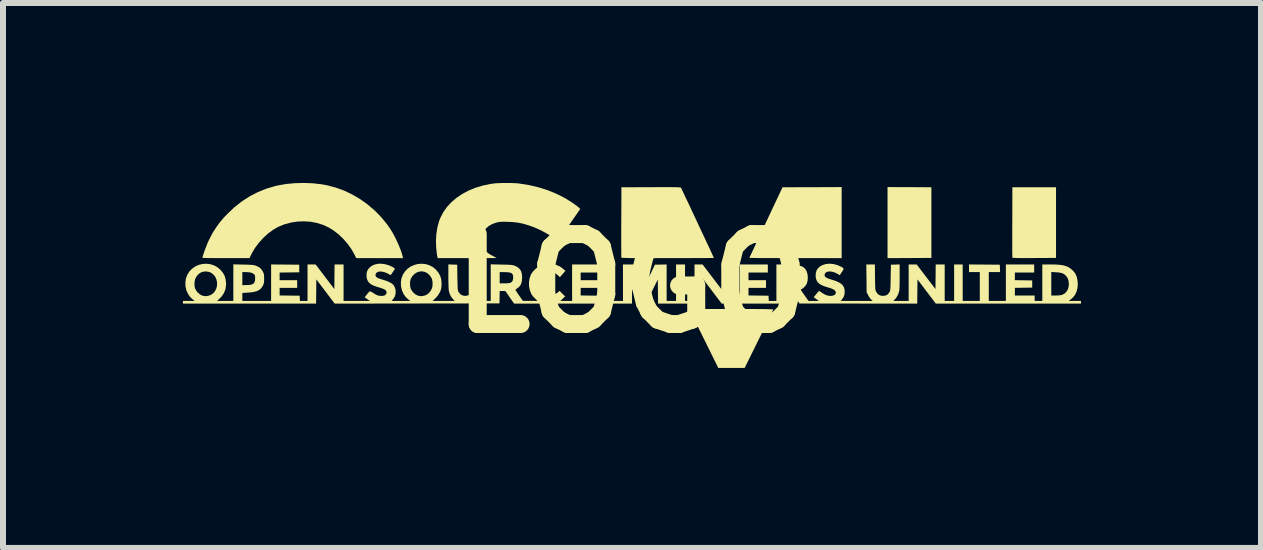
<source format=kicad_pcb>
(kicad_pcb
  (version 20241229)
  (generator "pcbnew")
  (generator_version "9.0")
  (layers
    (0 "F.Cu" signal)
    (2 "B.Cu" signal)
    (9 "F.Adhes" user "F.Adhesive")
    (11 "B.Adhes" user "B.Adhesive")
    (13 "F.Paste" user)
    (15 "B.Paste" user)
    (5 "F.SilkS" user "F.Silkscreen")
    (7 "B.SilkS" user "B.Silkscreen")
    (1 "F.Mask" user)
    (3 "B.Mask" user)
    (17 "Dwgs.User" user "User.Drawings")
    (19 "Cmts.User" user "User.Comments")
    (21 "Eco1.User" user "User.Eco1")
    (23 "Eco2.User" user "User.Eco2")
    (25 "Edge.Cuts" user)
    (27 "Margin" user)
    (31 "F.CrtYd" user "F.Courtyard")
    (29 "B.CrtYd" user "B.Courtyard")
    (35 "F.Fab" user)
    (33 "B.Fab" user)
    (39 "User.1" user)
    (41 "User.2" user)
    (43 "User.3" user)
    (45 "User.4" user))
  (footprint "LOGO"
    (layer "F.Cu")
    (at 7.486 1.674)
    (property "Reference" "LOGO" (at 0 0 0) (layer "F.SilkS") (effects (font (size 1.5 1.5) (thickness 0.3))))
    (attr board_only exclude_from_pos_files exclude_from_bom)
    (fp_poly (pts (xy 4.627 -1.604) (xy 4.992 -1.602) (xy 4.992 -1.013) (xy 4.992 -0.424) (xy 4.627 -0.422) (xy 4.261 -0.42) (xy 4.261 -1.013) (xy 4.261 -1.605)) (stroke (width 0) (type solid)) (fill yes) (layer "F.SilkS"))
    (fp_poly (pts (xy 7.07 -1.013) (xy 7.07 -0.424) (xy 6.708 -0.422) (xy 6.621 -0.421) (xy 6.549 -0.421) (xy 6.489 -0.421) (xy 6.441 -0.422) (xy 6.404 -0.423) (xy 6.377 -0.424) (xy 6.358 -0.425) (xy 6.347 -0.427) (xy 6.342 -0.429) (xy 6.342 -0.429) (xy 6.342 -0.438) (xy 6.341 -0.461) (xy 6.341 -0.496) (xy 6.34 -0.543) (xy 6.34 -0.6) (xy 6.34 -0.667) (xy 6.34 -0.741) (xy 6.34 -0.822) (xy 6.34 -0.909) (xy 6.34 -1.001) (xy 6.341 -1.02) (xy 6.342 -1.602) (xy 6.706 -1.602) (xy 7.07 -1.602)) (stroke (width 0) (type solid)) (fill yes) (layer "F.SilkS"))
    (fp_poly (pts (xy 3.496 -1.013) (xy 3.496 -0.42) (xy 2.727 -0.42) (xy 2.621 -0.42) (xy 2.519 -0.42) (xy 2.423 -0.421) (xy 2.333 -0.421) (xy 2.25 -0.421) (xy 2.175 -0.422) (xy 2.11 -0.422) (xy 2.055 -0.423) (xy 2.012 -0.424) (xy 1.98 -0.424) (xy 1.962 -0.425) (xy 1.958 -0.426) (xy 1.961 -0.433) (xy 1.97 -0.453) (xy 1.985 -0.485) (xy 2.005 -0.527) (xy 2.029 -0.579) (xy 2.057 -0.639) (xy 2.089 -0.707) (xy 2.124 -0.782) (xy 2.162 -0.862) (xy 2.202 -0.947) (xy 2.234 -1.016) (xy 2.51 -1.602) (xy 3.003 -1.603) (xy 3.496 -1.605)) (stroke (width 0) (type solid)) (fill yes) (layer "F.SilkS"))
    (fp_poly (pts (xy 1.781 0.428) (xy 1.89 0.428) (xy 1.986 0.428) (xy 2.069 0.428) (xy 2.139 0.429) (xy 2.199 0.429) (xy 2.247 0.43) (xy 2.286 0.431) (xy 2.315 0.432) (xy 2.336 0.433) (xy 2.349 0.434) (xy 2.355 0.436) (xy 2.355 0.437) (xy 2.352 0.445) (xy 2.343 0.465) (xy 2.328 0.497) (xy 2.308 0.539) (xy 2.283 0.59) (xy 2.254 0.649) (xy 2.222 0.714) (xy 2.187 0.786) (xy 2.15 0.862) (xy 2.117 0.928) (xy 1.879 1.41) (xy 1.659 1.41) (xy 1.439 1.41) (xy 1.214 0.955) (xy 1.165 0.856) (xy 1.123 0.771) (xy 1.087 0.697) (xy 1.056 0.634) (xy 1.03 0.582) (xy 1.009 0.539) (xy 0.993 0.504) (xy 0.98 0.477) (xy 0.971 0.457) (xy 0.965 0.443) (xy 0.961 0.435) (xy 0.96 0.431) (xy 0.968 0.43) (xy 0.989 0.43) (xy 1.023 0.429) (xy 1.069 0.429) (xy 1.126 0.429) (xy 1.193 0.428) (xy 1.268 0.428) (xy 1.351 0.428) (xy 1.441 0.428) (xy 1.537 0.428) (xy 1.637 0.428) (xy 1.658 0.428)) (stroke (width 0) (type solid)) (fill yes) (layer "F.SilkS"))
    (fp_poly (pts (xy 0.581 -1.604) (xy 0.644 -1.604) (xy 0.695 -1.603) (xy 0.736 -1.603) (xy 0.767 -1.602) (xy 0.79 -1.6) (xy 0.805 -1.599) (xy 0.814 -1.597) (xy 0.816 -1.596) (xy 0.82 -1.588) (xy 0.83 -1.568) (xy 0.845 -1.536) (xy 0.865 -1.495) (xy 0.888 -1.445) (xy 0.916 -1.387) (xy 0.946 -1.324) (xy 0.978 -1.255) (xy 1.012 -1.182) (xy 1.048 -1.106) (xy 1.084 -1.029) (xy 1.12 -0.952) (xy 1.156 -0.875) (xy 1.191 -0.801) (xy 1.224 -0.73) (xy 1.255 -0.664) (xy 1.284 -0.603) (xy 1.309 -0.549) (xy 1.33 -0.503) (xy 1.346 -0.467) (xy 1.358 -0.441) (xy 1.364 -0.427) (xy 1.365 -0.425) (xy 1.358 -0.424) (xy 1.337 -0.423) (xy 1.302 -0.423) (xy 1.256 -0.422) (xy 1.198 -0.422) (xy 1.131 -0.421) (xy 1.054 -0.421) (xy 0.97 -0.421) (xy 0.878 -0.42) (xy 0.78 -0.42) (xy 0.678 -0.42) (xy 0.596 -0.42) (xy 0.467 -0.42) (xy 0.352 -0.42) (xy 0.251 -0.42) (xy 0.162 -0.421) (xy 0.086 -0.421) (xy 0.021 -0.422) (xy -0.033 -0.422) (xy -0.078 -0.423) (xy -0.113 -0.424) (xy -0.14 -0.425) (xy -0.159 -0.426) (xy -0.17 -0.427) (xy -0.176 -0.429) (xy -0.177 -0.429) (xy -0.177 -0.438) (xy -0.178 -0.461) (xy -0.178 -0.496) (xy -0.178 -0.543) (xy -0.179 -0.6) (xy -0.179 -0.667) (xy -0.179 -0.741) (xy -0.179 -0.822) (xy -0.179 -0.909) (xy -0.178 -1.001) (xy -0.178 -1.02) (xy -0.176 -1.602) (xy 0.316 -1.603) (xy 0.418 -1.604) (xy 0.506 -1.604)) (stroke (width 0) (type solid)) (fill yes) (layer "F.SilkS"))
    (fp_poly (pts (xy -5.318 -1.668) (xy -5.17 -1.651) (xy -5.082 -1.635) (xy -4.939 -1.597) (xy -4.798 -1.546) (xy -4.662 -1.481) (xy -4.531 -1.404) (xy -4.407 -1.315) (xy -4.291 -1.216) (xy -4.183 -1.107) (xy -4.086 -0.988) (xy -4.034 -0.915) (xy -3.997 -0.855) (xy -3.96 -0.788) (xy -3.924 -0.716) (xy -3.891 -0.643) (xy -3.862 -0.572) (xy -3.839 -0.507) (xy -3.823 -0.45) (xy -3.822 -0.444) (xy -3.817 -0.42) (xy -4.207 -0.42) (xy -4.597 -0.42) (xy -4.624 -0.476) (xy -4.676 -0.568) (xy -4.74 -0.658) (xy -4.813 -0.742) (xy -4.894 -0.819) (xy -4.98 -0.885) (xy -5.051 -0.929) (xy -5.147 -0.974) (xy -5.249 -1.006) (xy -5.357 -1.027) (xy -5.467 -1.034) (xy -5.578 -1.03) (xy -5.688 -1.013) (xy -5.795 -0.984) (xy -5.897 -0.942) (xy -5.901 -0.94) (xy -5.984 -0.892) (xy -6.067 -0.831) (xy -6.145 -0.759) (xy -6.218 -0.679) (xy -6.282 -0.594) (xy -6.336 -0.504) (xy -6.351 -0.474) (xy -6.377 -0.42) (xy -6.766 -0.42) (xy -6.841 -0.42) (xy -6.912 -0.42) (xy -6.976 -0.421) (xy -7.033 -0.422) (xy -7.081 -0.422) (xy -7.119 -0.423) (xy -7.145 -0.424) (xy -7.158 -0.425) (xy -7.159 -0.426) (xy -7.159 -0.437) (xy -7.154 -0.459) (xy -7.144 -0.49) (xy -7.131 -0.528) (xy -7.116 -0.57) (xy -7.098 -0.614) (xy -7.081 -0.658) (xy -7.063 -0.7) (xy -7.046 -0.736) (xy -7.044 -0.739) (xy -6.991 -0.841) (xy -6.933 -0.932) (xy -6.87 -1.019) (xy -6.797 -1.104) (xy -6.745 -1.158) (xy -6.627 -1.27) (xy -6.503 -1.367) (xy -6.373 -1.451) (xy -6.238 -1.521) (xy -6.097 -1.578) (xy -5.948 -1.622) (xy -5.911 -1.631) (xy -5.77 -1.656) (xy -5.621 -1.67) (xy -5.47 -1.674)) (stroke (width 0) (type solid)) (fill yes) (layer "F.SilkS"))
    (fp_poly (pts (xy -2.032 -1.673) (xy -1.975 -1.671) (xy -1.925 -1.669) (xy -1.885 -1.665) (xy -1.885 -1.665) (xy -1.719 -1.639) (xy -1.557 -1.601) (xy -1.403 -1.552) (xy -1.256 -1.492) (xy -1.118 -1.422) (xy -0.99 -1.342) (xy -0.986 -1.339) (xy -0.955 -1.317) (xy -0.925 -1.295) (xy -0.901 -1.276) (xy -0.89 -1.267) (xy -0.862 -1.241) (xy -1.047 -0.974) (xy -1.233 -0.707) (xy -1.293 -0.75) (xy -1.399 -0.819) (xy -1.511 -0.88) (xy -1.624 -0.932) (xy -1.719 -0.966) (xy -1.794 -0.989) (xy -1.863 -1.005) (xy -1.931 -1.016) (xy -2.005 -1.023) (xy -2.067 -1.025) (xy -2.116 -1.027) (xy -2.153 -1.027) (xy -2.182 -1.026) (xy -2.206 -1.024) (xy -2.229 -1.02) (xy -2.254 -1.015) (xy -2.257 -1.014) (xy -2.327 -0.99) (xy -2.387 -0.956) (xy -2.435 -0.914) (xy -2.472 -0.863) (xy -2.496 -0.805) (xy -2.505 -0.764) (xy -2.507 -0.698) (xy -2.497 -0.638) (xy -2.473 -0.583) (xy -2.435 -0.535) (xy -2.383 -0.492) (xy -2.32 -0.457) (xy -2.293 -0.443) (xy -2.272 -0.432) (xy -2.26 -0.425) (xy -2.258 -0.423) (xy -2.265 -0.423) (xy -2.286 -0.422) (xy -2.32 -0.422) (xy -2.365 -0.421) (xy -2.42 -0.421) (xy -2.483 -0.421) (xy -2.555 -0.42) (xy -2.632 -0.42) (xy -2.715 -0.42) (xy -2.749 -0.42) (xy -3.239 -0.42) (xy -3.247 -0.457) (xy -3.251 -0.478) (xy -3.255 -0.51) (xy -3.259 -0.549) (xy -3.263 -0.59) (xy -3.264 -0.596) (xy -3.268 -0.712) (xy -3.261 -0.825) (xy -3.244 -0.934) (xy -3.216 -1.036) (xy -3.193 -1.095) (xy -3.145 -1.187) (xy -3.084 -1.274) (xy -3.01 -1.353) (xy -2.926 -1.425) (xy -2.831 -1.489) (xy -2.727 -1.545) (xy -2.614 -1.592) (xy -2.493 -1.629) (xy -2.365 -1.656) (xy -2.301 -1.665) (xy -2.262 -1.669) (xy -2.212 -1.671) (xy -2.155 -1.673) (xy -2.093 -1.673)) (stroke (width 0) (type solid)) (fill yes) (layer "F.SilkS"))
    (fp_poly (pts (xy 3.365 -0.321) (xy 3.433 -0.302) (xy 3.472 -0.284) (xy 3.503 -0.268) (xy 3.521 -0.256) (xy 3.527 -0.243) (xy 3.523 -0.226) (xy 3.509 -0.203) (xy 3.499 -0.188) (xy 3.464 -0.136) (xy 3.434 -0.155) (xy 3.392 -0.177) (xy 3.349 -0.191) (xy 3.309 -0.198) (xy 3.273 -0.197) (xy 3.243 -0.188) (xy 3.222 -0.171) (xy 3.212 -0.148) (xy 3.211 -0.137) (xy 3.215 -0.119) (xy 3.229 -0.103) (xy 3.253 -0.089) (xy 3.29 -0.074) (xy 3.335 -0.06) (xy 3.4 -0.039) (xy 3.452 -0.015) (xy 3.491 0.01) (xy 3.519 0.04) (xy 3.537 0.075) (xy 3.546 0.115) (xy 3.546 0.119) (xy 3.545 0.175) (xy 3.531 0.223) (xy 3.505 0.263) (xy 3.505 0.264) (xy 3.479 0.293) (xy 3.746 0.293) (xy 4.014 0.293) (xy 3.987 0.269) (xy 3.971 0.251) (xy 3.952 0.224) (xy 3.937 0.196) (xy 3.912 0.147) (xy 3.91 -0.084) (xy 3.907 -0.315) (xy 3.979 -0.315) (xy 4.05 -0.315) (xy 4.052 -0.103) (xy 4.053 -0.041) (xy 4.054 0.008) (xy 4.055 0.045) (xy 4.056 0.073) (xy 4.057 0.094) (xy 4.06 0.109) (xy 4.063 0.121) (xy 4.067 0.131) (xy 4.073 0.141) (xy 4.073 0.142) (xy 4.096 0.175) (xy 4.122 0.195) (xy 4.155 0.206) (xy 4.176 0.208) (xy 4.219 0.206) (xy 4.253 0.192) (xy 4.28 0.166) (xy 4.291 0.149) (xy 4.296 0.139) (xy 4.301 0.13) (xy 4.304 0.118) (xy 4.307 0.103) (xy 4.308 0.083) (xy 4.31 0.055) (xy 4.311 0.019) (xy 4.312 -0.029) (xy 4.313 -0.09) (xy 4.313 -0.098) (xy 4.317 -0.311) (xy 4.39 -0.313) (xy 4.463 -0.316) (xy 4.463 -0.113) (xy 4.463 -0.049) (xy 4.462 0.009) (xy 4.461 0.058) (xy 4.459 0.096) (xy 4.456 0.122) (xy 4.455 0.129) (xy 4.438 0.183) (xy 4.411 0.233) (xy 4.384 0.266) (xy 4.358 0.293) (xy 4.486 0.293) (xy 4.613 0.293) (xy 4.613 -0.011) (xy 4.613 -0.315) (xy 4.68 -0.315) (xy 4.747 -0.315) (xy 4.903 -0.11) (xy 5.06 0.095) (xy 5.062 -0.11) (xy 5.064 -0.315) (xy 5.139 -0.315) (xy 5.214 -0.315) (xy 5.214 -0.011) (xy 5.214 0.293) (xy 5.292 0.293) (xy 5.371 0.293) (xy 5.371 -0.011) (xy 5.371 -0.315) (xy 5.442 -0.315) (xy 5.514 -0.315) (xy 5.514 -0.011) (xy 5.514 0.293) (xy 5.656 0.293) (xy 5.799 0.293) (xy 5.799 0.053) (xy 5.799 -0.188) (xy 5.709 -0.188) (xy 5.619 -0.188) (xy 5.619 -0.251) (xy 5.619 -0.315) (xy 5.876 -0.313) (xy 6.132 -0.311) (xy 6.135 -0.249) (xy 6.137 -0.188) (xy 6.043 -0.188) (xy 5.949 -0.188) (xy 5.949 0.053) (xy 5.949 0.293) (xy 6.091 0.293) (xy 6.234 0.293) (xy 6.234 -0.011) (xy 6.234 -0.315) (xy 6.47 -0.315) (xy 6.706 -0.315) (xy 6.706 -0.248) (xy 6.706 -0.18) (xy 6.545 -0.18) (xy 6.384 -0.18) (xy 6.384 -0.116) (xy 6.384 -0.053) (xy 6.528 -0.051) (xy 6.673 -0.049) (xy 6.673 0.011) (xy 6.673 0.071) (xy 6.528 0.073) (xy 6.384 0.075) (xy 6.384 0.139) (xy 6.384 0.203) (xy 6.549 0.203) (xy 6.714 0.203) (xy 6.714 0.248) (xy 6.714 0.293) (xy 6.778 0.293) (xy 6.841 0.293) (xy 6.841 -0.011) (xy 6.841 -0.19) (xy 6.991 -0.19) (xy 6.991 0.006) (xy 6.991 0.203) (xy 7.065 0.203) (xy 7.115 0.201) (xy 7.154 0.196) (xy 7.172 0.191) (xy 7.214 0.169) (xy 7.247 0.135) (xy 7.27 0.092) (xy 7.282 0.041) (xy 7.284 0.011) (xy 7.278 -0.045) (xy 7.261 -0.092) (xy 7.232 -0.13) (xy 7.228 -0.134) (xy 7.206 -0.152) (xy 7.182 -0.165) (xy 7.155 -0.174) (xy 7.119 -0.181) (xy 7.073 -0.185) (xy 7.065 -0.185) (xy 6.991 -0.19) (xy 6.841 -0.19) (xy 6.841 -0.315) (xy 6.978 -0.315) (xy 7.052 -0.314) (xy 7.113 -0.311) (xy 7.163 -0.305) (xy 7.206 -0.297) (xy 7.242 -0.285) (xy 7.273 -0.272) (xy 7.313 -0.246) (xy 7.351 -0.213) (xy 7.382 -0.177) (xy 7.39 -0.165) (xy 7.411 -0.12) (xy 7.425 -0.067) (xy 7.432 -0.008) (xy 7.431 0.05) (xy 7.427 0.077) (xy 7.411 0.141) (xy 7.386 0.193) (xy 7.35 0.238) (xy 7.311 0.271) (xy 7.282 0.293) (xy 7.384 0.293) (xy 7.486 0.293) (xy 7.486 0.315) (xy 7.486 0.338) (xy 6.276 0.338) (xy 5.066 0.338) (xy 4.913 0.136) (xy 4.76 -0.066) (xy 4.758 0.136) (xy 4.756 0.338) (xy 3.775 0.337) (xy 2.794 0.337) (xy 2.723 0.234) (xy 2.651 0.131) (xy 2.601 0.129) (xy 2.551 0.127) (xy 2.551 0.232) (xy 2.551 0.338) (xy 2.023 0.338) (xy 1.496 0.338) (xy 1.342 0.135) (xy 1.189 -0.067) (xy 1.187 0.135) (xy 1.185 0.338) (xy 0.81 0.338) (xy 0.435 0.338) (xy 0.433 0.137) (xy 0.431 -0.064) (xy 0.345 0.109) (xy 0.259 0.281) (xy 0.215 0.284) (xy 0.172 0.286) (xy 0.087 0.111) (xy 0.001 -0.064) (xy 0.001 0.137) (xy 0 0.338) (xy -0.982 0.338) (xy -1.965 0.338) (xy -2.038 0.233) (xy -2.111 0.128) (xy -2.158 0.128) (xy -2.205 0.128) (xy -2.207 0.231) (xy -2.209 0.334) (xy -3.582 0.336) (xy -4.956 0.338) (xy -5.109 0.136) (xy -5.262 -0.066) (xy -5.264 0.136) (xy -5.266 0.338) (xy -6.376 0.338) (xy -7.486 0.338) (xy -7.486 0.315) (xy -7.486 0.293) (xy -7.388 0.293) (xy -7.289 0.293) (xy -7.319 0.271) (xy -7.365 0.229) (xy -7.401 0.177) (xy -7.428 0.118) (xy -7.443 0.055) (xy -7.445 0.008) (xy -7.294 0.008) (xy -7.291 0.053) (xy -7.282 0.09) (xy -7.263 0.123) (xy -7.242 0.15) (xy -7.201 0.186) (xy -7.156 0.207) (xy -7.107 0.214) (xy -7.057 0.206) (xy -7.023 0.194) (xy -6.983 0.167) (xy -6.952 0.131) (xy -6.93 0.087) (xy -6.918 0.039) (xy -6.917 -0.011) (xy -6.926 -0.061) (xy -6.947 -0.107) (xy -6.966 -0.134) (xy -7.003 -0.168) (xy -7.043 -0.189) (xy -7.09 -0.198) (xy -7.104 -0.198) (xy -7.152 -0.194) (xy -7.193 -0.178) (xy -7.23 -0.15) (xy -7.236 -0.144) (xy -7.267 -0.104) (xy -7.286 -0.06) (xy -7.294 -0.009) (xy -7.294 0.008) (xy -7.445 0.008) (xy -7.446 -0.01) (xy -7.438 -0.075) (xy -7.416 -0.137) (xy -7.414 -0.141) (xy -7.379 -0.198) (xy -7.334 -0.244) (xy -7.282 -0.281) (xy -7.223 -0.308) (xy -7.161 -0.323) (xy -7.097 -0.327) (xy -7.033 -0.32) (xy -6.971 -0.301) (xy -6.914 -0.271) (xy -6.864 -0.229) (xy -6.82 -0.177) (xy -6.79 -0.122) (xy -6.773 -0.061) (xy -6.767 0.008) (xy -6.768 0.036) (xy -6.779 0.104) (xy -6.804 0.164) (xy -6.842 0.22) (xy -6.872 0.251) (xy -6.917 0.293) (xy -6.782 0.293) (xy -6.646 0.293) (xy -6.646 -0.012) (xy -6.646 -0.188) (xy -6.496 -0.188) (xy -6.496 -0.079) (xy -6.496 0.03) (xy -6.434 0.029) (xy -6.401 0.028) (xy -6.369 0.025) (xy -6.346 0.021) (xy -6.343 0.02) (xy -6.314 0.007) (xy -6.295 -0.014) (xy -6.285 -0.045) (xy -6.282 -0.082) (xy -6.283 -0.112) (xy -6.287 -0.131) (xy -6.293 -0.145) (xy -6.3 -0.152) (xy -6.326 -0.17) (xy -6.364 -0.182) (xy -6.416 -0.187) (xy -6.44 -0.188) (xy -6.496 -0.188) (xy -6.646 -0.188) (xy -6.646 -0.317) (xy -6.479 -0.313) (xy -6.421 -0.312) (xy -6.376 -0.31) (xy -6.341 -0.308) (xy -6.315 -0.305) (xy -6.295 -0.302) (xy -6.278 -0.297) (xy -6.275 -0.296) (xy -6.226 -0.274) (xy -6.189 -0.246) (xy -6.161 -0.211) (xy -6.154 -0.197) (xy -6.144 -0.175) (xy -6.137 -0.155) (xy -6.134 -0.134) (xy -6.133 -0.105) (xy -6.132 -0.079) (xy -6.133 -0.043) (xy -6.135 -0.016) (xy -6.139 0.004) (xy -6.146 0.024) (xy -6.154 0.04) (xy -6.177 0.076) (xy -6.206 0.104) (xy -6.245 0.126) (xy -6.294 0.141) (xy -6.354 0.151) (xy -6.408 0.155) (xy -6.496 0.16) (xy -6.496 0.226) (xy -6.496 0.293) (xy -6.256 0.293) (xy -6.016 0.293) (xy -6.016 -0.011) (xy -6.016 -0.315) (xy -5.782 -0.313) (xy -5.547 -0.311) (xy -5.547 -0.248) (xy -5.547 -0.184) (xy -5.71 -0.182) (xy -5.874 -0.18) (xy -5.874 -0.116) (xy -5.874 -0.053) (xy -5.727 -0.053) (xy -5.581 -0.053) (xy -5.581 0.011) (xy -5.581 0.075) (xy -5.727 0.075) (xy -5.874 0.075) (xy -5.874 0.139) (xy -5.874 0.202) (xy -5.707 0.204) (xy -5.54 0.206) (xy -5.538 0.249) (xy -5.535 0.293) (xy -5.472 0.293) (xy -5.409 0.293) (xy -5.409 -0.011) (xy -5.409 -0.315) (xy -5.341 -0.315) (xy -5.274 -0.315) (xy -5.118 -0.11) (xy -4.962 0.095) (xy -4.96 -0.11) (xy -4.958 -0.315) (xy -4.883 -0.315) (xy -4.808 -0.315) (xy -4.808 -0.011) (xy -4.808 0.293) (xy -4.59 0.293) (xy -4.371 0.293) (xy -4.414 0.262) (xy -4.456 0.232) (xy -4.421 0.187) (xy -4.399 0.159) (xy -4.383 0.142) (xy -4.37 0.134) (xy -4.357 0.135) (xy -4.339 0.144) (xy -4.315 0.159) (xy -4.288 0.177) (xy -4.261 0.191) (xy -4.241 0.201) (xy -4.239 0.201) (xy -4.207 0.208) (xy -4.171 0.21) (xy -4.138 0.206) (xy -4.119 0.199) (xy -4.099 0.181) (xy -4.09 0.157) (xy -4.095 0.132) (xy -4.101 0.121) (xy -4.11 0.112) (xy -4.121 0.104) (xy -4.138 0.095) (xy -4.163 0.086) (xy -4.197 0.074) (xy -4.244 0.06) (xy -4.254 0.057) (xy -4.313 0.036) (xy -4.358 0.011) (xy -4.39 -0.019) (xy -4.412 -0.055) (xy -4.423 -0.098) (xy -4.425 -0.116) (xy -4.424 -0.165) (xy -4.415 -0.205) (xy -4.395 -0.24) (xy -4.374 -0.263) (xy -4.335 -0.294) (xy -4.29 -0.314) (xy -4.235 -0.326) (xy -4.22 -0.327) (xy -4.173 -0.327) (xy -4.121 -0.32) (xy -4.068 -0.306) (xy -4.02 -0.287) (xy -3.98 -0.266) (xy -3.969 -0.258) (xy -3.951 -0.243) (xy -3.986 -0.19) (xy -4.022 -0.137) (xy -4.069 -0.162) (xy -4.115 -0.183) (xy -4.158 -0.194) (xy -4.198 -0.198) (xy -4.231 -0.193) (xy -4.256 -0.18) (xy -4.272 -0.16) (xy -4.276 -0.138) (xy -4.273 -0.122) (xy -4.264 -0.108) (xy -4.247 -0.095) (xy -4.22 -0.082) (xy -4.181 -0.069) (xy -4.155 -0.061) (xy -4.095 -0.042) (xy -4.049 -0.023) (xy -4.014 -0.004) (xy -3.988 0.016) (xy -3.973 0.032) (xy -3.95 0.075) (xy -3.939 0.123) (xy -3.941 0.173) (xy -3.954 0.22) (xy -3.98 0.261) (xy -3.981 0.262) (xy -4.007 0.293) (xy -3.851 0.293) (xy -3.696 0.293) (xy -3.726 0.271) (xy -3.771 0.229) (xy -3.808 0.177) (xy -3.834 0.119) (xy -3.849 0.056) (xy -3.852 0.008) (xy -3.7 0.008) (xy -3.697 0.055) (xy -3.687 0.093) (xy -3.667 0.127) (xy -3.648 0.151) (xy -3.607 0.186) (xy -3.562 0.207) (xy -3.513 0.214) (xy -3.463 0.206) (xy -3.43 0.194) (xy -3.394 0.169) (xy -3.362 0.134) (xy -3.339 0.093) (xy -3.334 0.08) (xy -3.326 0.046) (xy -3.324 0.005) (xy -3.327 -0.036) (xy -3.334 -0.071) (xy -3.341 -0.088) (xy -3.372 -0.134) (xy -3.409 -0.168) (xy -3.452 -0.19) (xy -3.497 -0.2) (xy -3.544 -0.197) (xy -3.589 -0.181) (xy -3.63 -0.153) (xy -3.665 -0.115) (xy -3.688 -0.074) (xy -3.699 -0.028) (xy -3.7 0.008) (xy -3.852 0.008) (xy -3.853 -0.009) (xy -3.845 -0.073) (xy -3.824 -0.135) (xy -3.821 -0.141) (xy -3.786 -0.197) (xy -3.741 -0.244) (xy -3.688 -0.281) (xy -3.63 -0.307) (xy -3.568 -0.323) (xy -3.504 -0.327) (xy -3.44 -0.321) (xy -3.378 -0.302) (xy -3.32 -0.272) (xy -3.272 -0.232) (xy -3.229 -0.181) (xy -3.199 -0.129) (xy -3.181 -0.073) (xy -3.174 -0.009) (xy -3.175 0.028) (xy -3.177 0.064) (xy -3.182 0.092) (xy -3.189 0.116) (xy -3.201 0.144) (xy -3.206 0.153) (xy -3.236 0.203) (xy -3.274 0.246) (xy -3.279 0.251) (xy -3.324 0.293) (xy -3.14 0.293) (xy -2.955 0.293) (xy -2.982 0.266) (xy -3.014 0.225) (xy -3.039 0.175) (xy -3.052 0.129) (xy -3.055 0.109) (xy -3.057 0.075) (xy -3.059 0.03) (xy -3.06 -0.024) (xy -3.061 -0.086) (xy -3.061 -0.113) (xy -3.061 -0.316) (xy -2.987 -0.313) (xy -2.914 -0.311) (xy -2.911 -0.098) (xy -2.909 -0.035) (xy -2.908 0.014) (xy -2.907 0.052) (xy -2.906 0.081) (xy -2.904 0.102) (xy -2.901 0.117) (xy -2.898 0.128) (xy -2.894 0.138) (xy -2.889 0.147) (xy -2.862 0.181) (xy -2.828 0.201) (xy -2.786 0.209) (xy -2.771 0.208) (xy -2.733 0.201) (xy -2.705 0.185) (xy -2.681 0.158) (xy -2.671 0.138) (xy -2.665 0.127) (xy -2.661 0.116) (xy -2.657 0.104) (xy -2.655 0.088) (xy -2.653 0.067) (xy -2.652 0.039) (xy -2.651 0.001) (xy -2.65 -0.047) (xy -2.649 -0.107) (xy -2.647 -0.315) (xy -2.576 -0.315) (xy -2.505 -0.315) (xy -2.507 -0.084) (xy -2.509 0.147) (xy -2.534 0.196) (xy -2.55 0.225) (xy -2.569 0.252) (xy -2.585 0.269) (xy -2.611 0.293) (xy -2.483 0.293) (xy -2.355 0.293) (xy -2.355 -0.012) (xy -2.355 -0.188) (xy -2.205 -0.188) (xy -2.205 -0.094) (xy -2.205 0) (xy -2.126 0) (xy -2.081 -0.001) (xy -2.048 -0.004) (xy -2.026 -0.01) (xy -2.022 -0.012) (xy -2 -0.027) (xy -1.987 -0.05) (xy -1.981 -0.083) (xy -1.98 -0.1) (xy -1.983 -0.13) (xy -1.991 -0.153) (xy -2.007 -0.169) (xy -2.032 -0.179) (xy -2.068 -0.185) (xy -2.117 -0.187) (xy -2.132 -0.187) (xy -2.205 -0.188) (xy -2.355 -0.188) (xy -2.355 -0.317) (xy -2.177 -0.313) (xy -2.119 -0.312) (xy -2.074 -0.311) (xy -2.04 -0.309) (xy -2.013 -0.307) (xy -1.993 -0.304) (xy -1.976 -0.301) (xy -1.96 -0.296) (xy -1.954 -0.294) (xy -1.908 -0.271) (xy -1.873 -0.241) (xy -1.848 -0.203) (xy -1.835 -0.155) (xy -1.831 -0.096) (xy -1.832 -0.084) (xy -1.837 -0.029) (xy -1.85 0.014) (xy -1.872 0.049) (xy -1.903 0.076) (xy -1.907 0.079) (xy -1.926 0.092) (xy -1.939 0.103) (xy -1.942 0.108) (xy -1.939 0.116) (xy -1.927 0.134) (xy -1.911 0.159) (xy -1.89 0.19) (xy -1.881 0.203) (xy -1.819 0.292) (xy -1.697 0.292) (xy -1.575 0.293) (xy -1.619 0.249) (xy -1.642 0.225) (xy -1.663 0.199) (xy -1.677 0.179) (xy -1.678 0.176) (xy -1.703 0.113) (xy -1.716 0.047) (xy -1.717 -0.021) (xy -1.706 -0.086) (xy -1.684 -0.147) (xy -1.67 -0.171) (xy -1.646 -0.202) (xy -1.614 -0.235) (xy -1.578 -0.265) (xy -1.543 -0.289) (xy -1.528 -0.297) (xy -1.464 -0.318) (xy -1.396 -0.327) (xy -1.328 -0.324) (xy -1.262 -0.308) (xy -1.201 -0.281) (xy -1.148 -0.243) (xy -1.145 -0.24) (xy -1.11 -0.208) (xy -1.13 -0.185) (xy -1.147 -0.164) (xy -1.168 -0.141) (xy -1.176 -0.132) (xy -1.202 -0.103) (xy -1.229 -0.13) (xy -1.251 -0.148) (xy -1.275 -0.165) (xy -1.282 -0.169) (xy -1.313 -0.179) (xy -1.351 -0.185) (xy -1.391 -0.186) (xy -1.427 -0.182) (xy -1.431 -0.181) (xy -1.47 -0.164) (xy -1.507 -0.136) (xy -1.537 -0.102) (xy -1.545 -0.09) (xy -1.555 -0.07) (xy -1.561 -0.051) (xy -1.563 -0.026) (xy -1.564 0.008) (xy -1.562 0.055) (xy -1.553 0.092) (xy -1.537 0.123) (xy -1.512 0.152) (xy -1.477 0.179) (xy -1.436 0.196) (xy -1.386 0.202) (xy -1.377 0.202) (xy -1.326 0.198) (xy -1.284 0.184) (xy -1.244 0.158) (xy -1.235 0.15) (xy -1.207 0.125) (xy -1.16 0.172) (xy -1.114 0.218) (xy -1.154 0.256) (xy -1.194 0.293) (xy -1.096 0.293) (xy -0.998 0.293) (xy -0.998 -0.011) (xy -0.998 -0.315) (xy -0.765 -0.315) (xy -0.533 -0.315) (xy -0.533 -0.248) (xy -0.533 -0.18) (xy -0.694 -0.18) (xy -0.855 -0.18) (xy -0.855 -0.116) (xy -0.855 -0.053) (xy -0.709 -0.053) (xy -0.563 -0.053) (xy -0.563 0.011) (xy -0.563 0.075) (xy -0.709 0.075) (xy -0.855 0.075) (xy -0.855 0.139) (xy -0.855 0.202) (xy -0.688 0.204) (xy -0.521 0.206) (xy -0.519 0.249) (xy -0.517 0.293) (xy -0.333 0.293) (xy -0.15 0.293) (xy -0.15 -0.011) (xy -0.15 -0.315) (xy -0.05 -0.315) (xy 0.05 -0.315) (xy 0.132 -0.139) (xy 0.154 -0.092) (xy 0.174 -0.05) (xy 0.192 -0.015) (xy 0.205 0.011) (xy 0.215 0.027) (xy 0.219 0.032) (xy 0.223 0.024) (xy 0.233 0.004) (xy 0.247 -0.026) (xy 0.265 -0.063) (xy 0.286 -0.106) (xy 0.303 -0.143) (xy 0.382 -0.311) (xy 0.48 -0.313) (xy 0.578 -0.315) (xy 0.578 -0.011) (xy 0.578 0.293) (xy 0.656 0.293) (xy 0.735 0.293) (xy 0.735 -0.011) (xy 0.735 -0.315) (xy 0.81 -0.315) (xy 0.885 -0.315) (xy 0.885 -0.011) (xy 0.885 0.293) (xy 0.964 0.293) (xy 1.043 0.293) (xy 1.043 -0.011) (xy 1.043 -0.315) (xy 1.11 -0.315) (xy 1.177 -0.315) (xy 1.335 -0.108) (xy 1.493 0.099) (xy 1.493 -0.108) (xy 1.493 -0.315) (xy 1.568 -0.315) (xy 1.643 -0.315) (xy 1.643 -0.011) (xy 1.643 0.293) (xy 1.722 0.293) (xy 1.8 0.293) (xy 1.8 -0.011) (xy 1.8 -0.315) (xy 2.033 -0.315) (xy 2.265 -0.315) (xy 2.265 -0.248) (xy 2.265 -0.18) (xy 2.104 -0.18) (xy 1.943 -0.18) (xy 1.943 -0.116) (xy 1.943 -0.053) (xy 2.089 -0.053) (xy 2.235 -0.053) (xy 2.235 0.011) (xy 2.235 0.075) (xy 2.089 0.075) (xy 1.943 0.075) (xy 1.943 0.139) (xy 1.943 0.202) (xy 2.11 0.204) (xy 2.277 0.206) (xy 2.279 0.249) (xy 2.281 0.293) (xy 2.345 0.293) (xy 2.408 0.293) (xy 2.408 -0.011) (xy 2.408 -0.188) (xy 2.551 -0.188) (xy 2.551 -0.094) (xy 2.551 0) (xy 2.63 0) (xy 2.681 -0.002) (xy 2.717 -0.006) (xy 2.735 -0.011) (xy 2.76 -0.029) (xy 2.776 -0.057) (xy 2.782 -0.093) (xy 2.781 -0.111) (xy 2.775 -0.138) (xy 2.763 -0.158) (xy 2.743 -0.172) (xy 2.713 -0.182) (xy 2.672 -0.186) (xy 2.624 -0.187) (xy 2.551 -0.188) (xy 2.408 -0.188) (xy 2.408 -0.315) (xy 2.552 -0.315) (xy 2.632 -0.314) (xy 2.698 -0.311) (xy 2.753 -0.304) (xy 2.797 -0.295) (xy 2.833 -0.283) (xy 2.861 -0.267) (xy 2.884 -0.246) (xy 2.895 -0.233) (xy 2.915 -0.193) (xy 2.928 -0.145) (xy 2.932 -0.092) (xy 2.927 -0.04) (xy 2.914 0.007) (xy 2.902 0.027) (xy 2.884 0.05) (xy 2.863 0.071) (xy 2.843 0.088) (xy 2.826 0.097) (xy 2.822 0.098) (xy 2.817 0.099) (xy 2.815 0.103) (xy 2.818 0.111) (xy 2.827 0.127) (xy 2.842 0.15) (xy 2.865 0.182) (xy 2.881 0.205) (xy 2.943 0.293) (xy 3.029 0.293) (xy 3.116 0.293) (xy 3.073 0.262) (xy 3.03 0.231) (xy 3.052 0.204) (xy 3.072 0.18) (xy 3.093 0.155) (xy 3.097 0.15) (xy 3.119 0.124) (xy 3.153 0.148) (xy 3.207 0.182) (xy 3.258 0.203) (xy 3.305 0.21) (xy 3.307 0.21) (xy 3.342 0.207) (xy 3.37 0.197) (xy 3.389 0.183) (xy 3.394 0.176) (xy 3.399 0.152) (xy 3.393 0.131) (xy 3.377 0.113) (xy 3.348 0.096) (xy 3.306 0.079) (xy 3.268 0.068) (xy 3.206 0.048) (xy 3.156 0.027) (xy 3.119 0.003) (xy 3.092 -0.024) (xy 3.075 -0.056) (xy 3.065 -0.094) (xy 3.063 -0.113) (xy 3.064 -0.168) (xy 3.078 -0.216) (xy 3.105 -0.256) (xy 3.145 -0.288) (xy 3.172 -0.303) (xy 3.232 -0.322) (xy 3.297 -0.328)) (stroke (width 0) (type solid)) (fill yes) (layer "F.SilkS")))
  (gr_rect
    (start -3 -3)
    (end 17.973 6.085)
    (stroke (width 0.1) (type default))
    (fill no)
    (layer "Edge.Cuts")))
</source>
